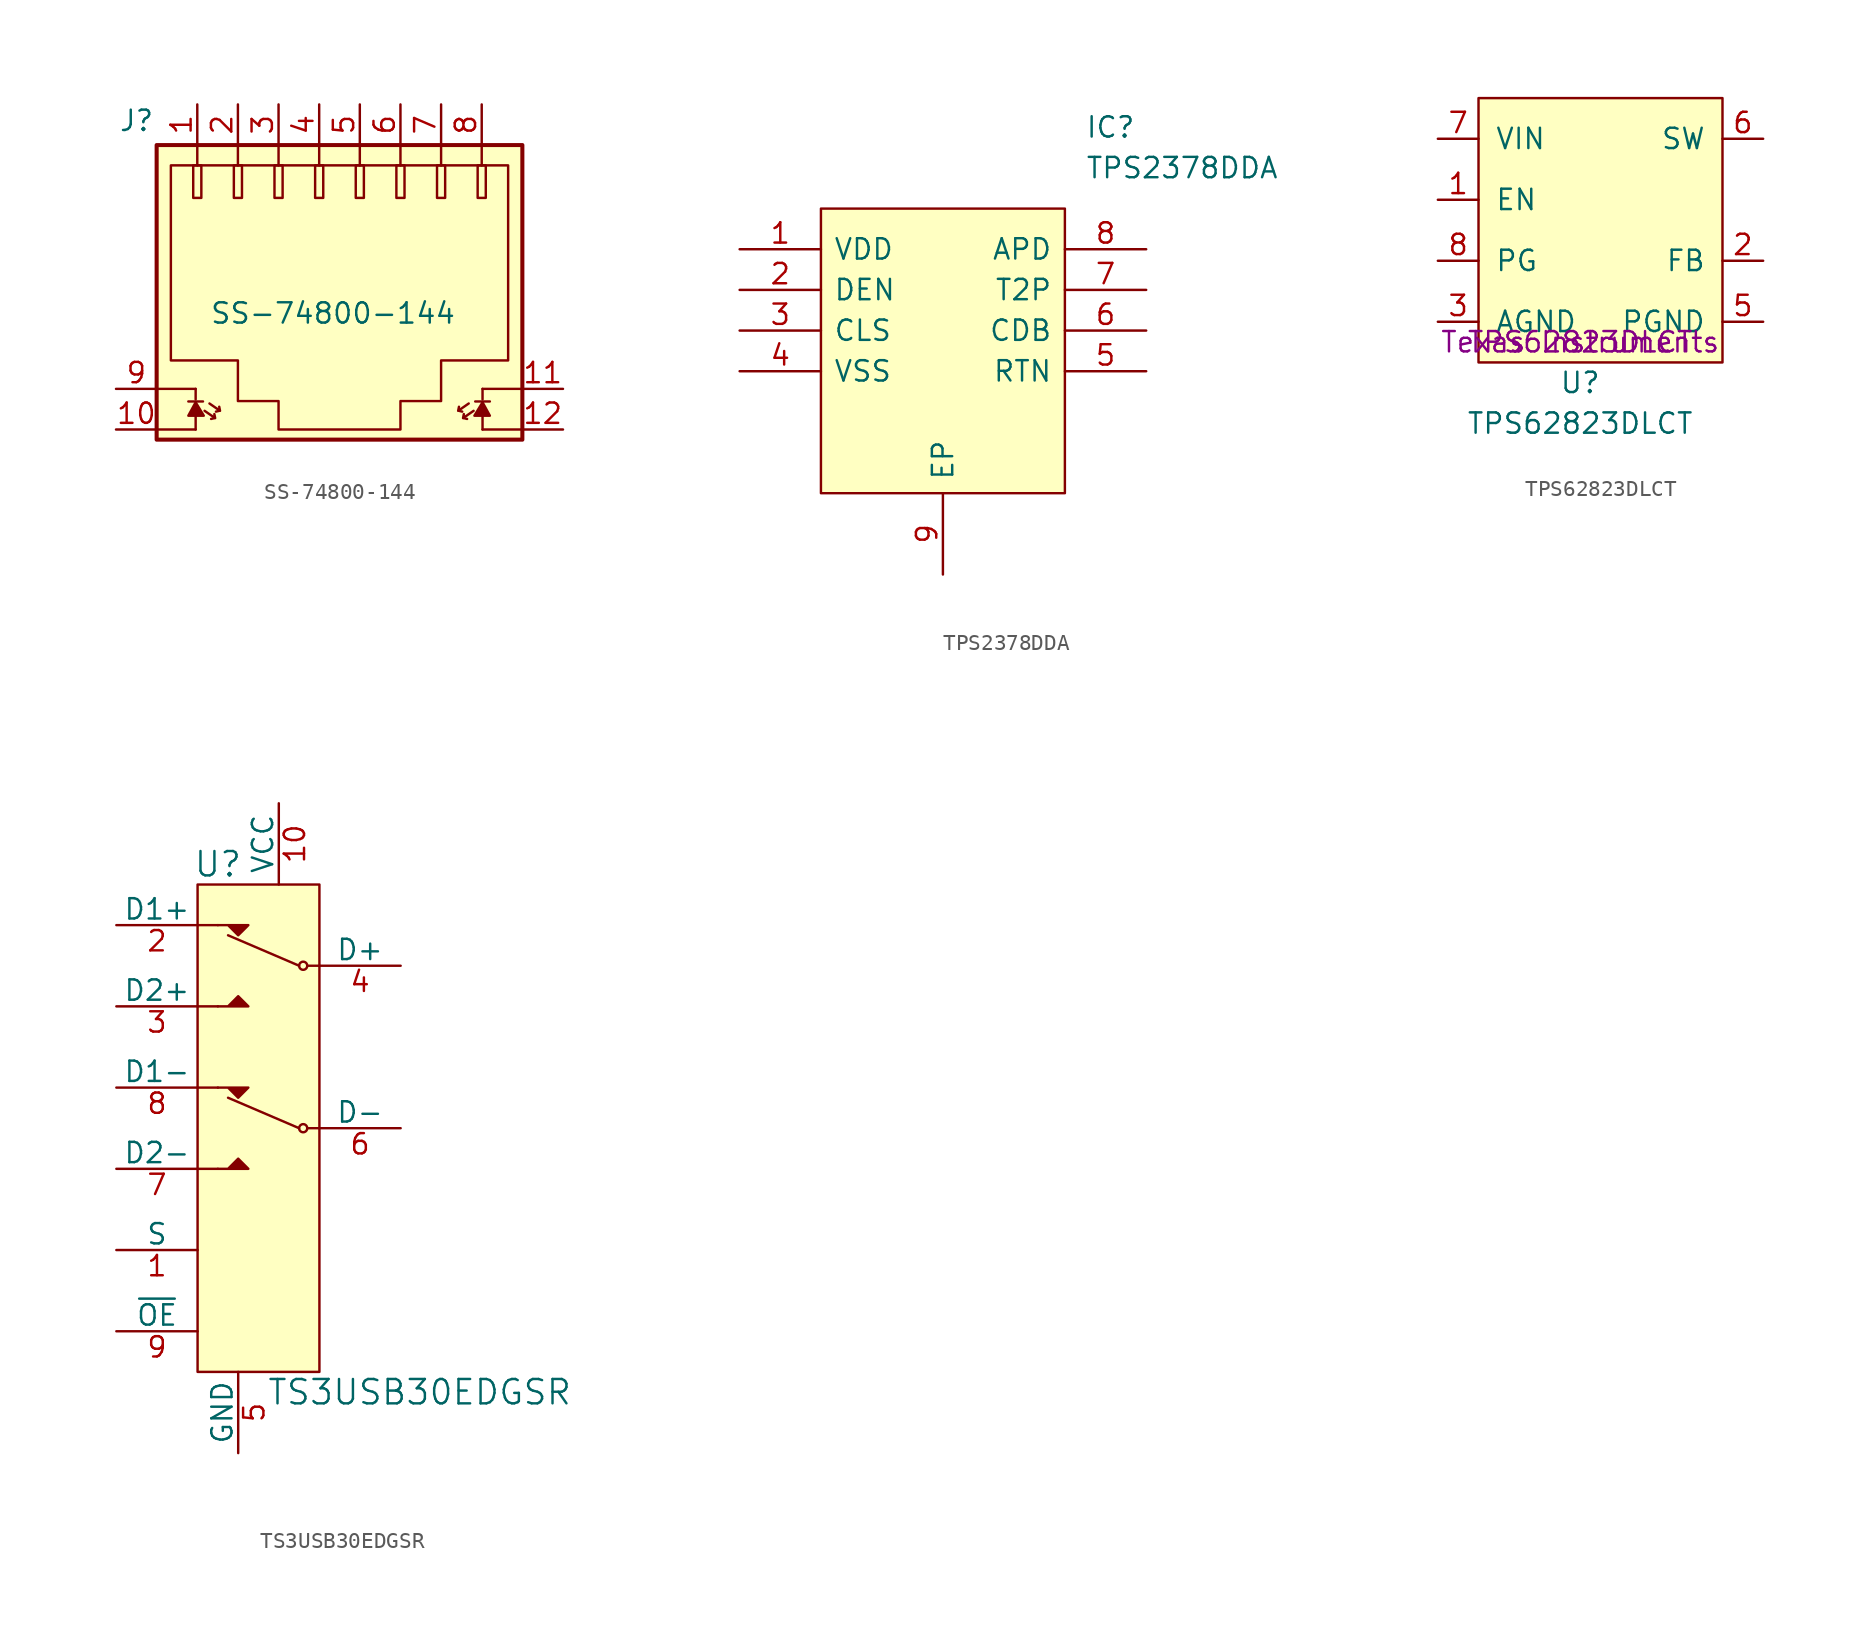
<source format=kicad_sym>
(kicad_symbol_lib
  (version 20211014)
  (generator kicad_symbol_editor)
  (symbol "SS-74800-144"
    (pin_names
      (offset 0.025))
    (property "Reference" "J"
      (at -10.287 9.144 0)
      (effects (font (size 1.27 1.27)) (justify right)))
    (property "Value" "SS-74800-144"
      (at 0.864 -2.896 0)
      (effects (font (size 1.27 1.27))))
    (symbol "SS-74800-144_0_1"
      (rectangle (start -10.16 7.62) (end 12.7 -10.795) (stroke (width 0.254) (type default) (color 0 0 0 0)) (fill (type background)))
      (rectangle (start -7.874 6.35) (end -7.366 4.318) (stroke (width 0) (type default) (color 0 0 0 0)) (fill (type none)))
      (rectangle (start -5.334 6.35) (end -4.826 4.318) (stroke (width 0) (type default) (color 0 0 0 0)) (fill (type none)))
      (rectangle (start -2.794 6.35) (end -2.286 4.318) (stroke (width 0) (type default) (color 0 0 0 0)) (fill (type none)))
      (rectangle (start -0.254 6.35) (end 0.254 4.318) (stroke (width 0) (type default) (color 0 0 0 0)) (fill (type none)))
      (polyline (pts (xy -10.16 -10.16) (xy -7.722 -10.16)) (stroke (width 0) (type default) (color 0 0 0 0)) (fill (type none)))
      (polyline (pts (xy -10.16 -7.62) (xy -7.722 -7.62)) (stroke (width 0) (type default) (color 0 0 0 0)) (fill (type none)))
      (polyline (pts (xy -8.179 -8.407) (xy -7.264 -8.407)) (stroke (width 0) (type default) (color 0 0 0 0)) (fill (type none)))
      (polyline (pts (xy -7.722 -9.22) (xy -7.722 -10.16)) (stroke (width 0) (type default) (color 0 0 0 0)) (fill (type none)))
      (polyline (pts (xy -7.722 -8.28) (xy -7.722 -7.62)) (stroke (width 0) (type default) (color 0 0 0 0)) (fill (type none)))
      (polyline (pts (xy -7.62 7.62) (xy -7.62 6.35)) (stroke (width 0) (type default) (color 0 0 0 0)) (fill (type none)))
      (polyline (pts (xy -6.553 -9.449) (xy -6.756 -9.5)) (stroke (width 0) (type default) (color 0 0 0 0)) (fill (type none)))
      (polyline (pts (xy -6.248 -8.992) (xy -6.452 -9.042)) (stroke (width 0) (type default) (color 0 0 0 0)) (fill (type none)))
      (polyline (pts (xy -5.08 7.62) (xy -5.08 6.35)) (stroke (width 0) (type default) (color 0 0 0 0)) (fill (type none)))
      (polyline (pts (xy -2.54 7.62) (xy -2.54 6.35)) (stroke (width 0) (type default) (color 0 0 0 0)) (fill (type none)))
      (polyline (pts (xy 0 7.62) (xy 0 6.35)) (stroke (width 0) (type default) (color 0 0 0 0)) (fill (type none)))
      (polyline (pts (xy 2.54 7.62) (xy 2.54 6.35)) (stroke (width 0) (type default) (color 0 0 0 0)) (fill (type none)))
      (polyline (pts (xy 5.08 7.62) (xy 5.08 6.35)) (stroke (width 0) (type default) (color 0 0 0 0)) (fill (type none)))
      (polyline (pts (xy 7.62 7.62) (xy 7.62 6.35)) (stroke (width 0) (type default) (color 0 0 0 0)) (fill (type none)))
      (polyline (pts (xy 8.738 -8.992) (xy 8.941 -9.042)) (stroke (width 0) (type default) (color 0 0 0 0)) (fill (type none)))
      (polyline (pts (xy 9.042 -9.449) (xy 9.246 -9.5)) (stroke (width 0) (type default) (color 0 0 0 0)) (fill (type none)))
      (polyline (pts (xy 10.16 7.62) (xy 10.16 6.35)) (stroke (width 0) (type default) (color 0 0 0 0)) (fill (type none)))
      (polyline (pts (xy 10.211 -9.22) (xy 10.211 -10.16)) (stroke (width 0) (type default) (color 0 0 0 0)) (fill (type none)))
      (polyline (pts (xy 10.211 -8.28) (xy 10.211 -7.62)) (stroke (width 0) (type default) (color 0 0 0 0)) (fill (type none)))
      (polyline (pts (xy 10.668 -8.407) (xy 9.754 -8.407)) (stroke (width 0) (type default) (color 0 0 0 0)) (fill (type none)))
      (polyline (pts (xy 12.649 -10.16) (xy 10.211 -10.16)) (stroke (width 0) (type default) (color 0 0 0 0)) (fill (type none)))
      (polyline (pts (xy 12.649 -7.62) (xy 10.211 -7.62)) (stroke (width 0) (type default) (color 0 0 0 0)) (fill (type none)))
      (polyline (pts (xy -7.163 -8.992) (xy -6.502 -9.449) (xy -6.553 -9.195)) (stroke (width 0) (type default) (color 0 0 0 0)) (fill (type none)))
      (polyline (pts (xy -6.858 -8.534) (xy -6.198 -8.992) (xy -6.248 -8.738)) (stroke (width 0) (type default) (color 0 0 0 0)) (fill (type none)))
      (polyline (pts (xy 9.347 -8.534) (xy 8.687 -8.992) (xy 8.738 -8.738)) (stroke (width 0) (type default) (color 0 0 0 0)) (fill (type none)))
      (polyline (pts (xy 9.652 -8.992) (xy 8.992 -9.449) (xy 9.042 -9.195)) (stroke (width 0) (type default) (color 0 0 0 0)) (fill (type none)))
      (polyline (pts (xy -7.214 -9.296) (xy -8.179 -9.296) (xy -7.722 -8.458) (xy -7.214 -9.296)) (stroke (width 0) (type default) (color 0 0 0 0)) (fill (type outline)))
      (polyline (pts (xy 9.703 -9.296) (xy 10.668 -9.296) (xy 10.211 -8.458) (xy 9.703 -9.296)) (stroke (width 0) (type default) (color 0 0 0 0)) (fill (type outline)))
      (polyline (pts (xy -9.271 6.35) (xy 11.811 6.35) (xy 11.811 -5.842) (xy 7.62 -5.842) (xy 7.62 -8.382) (xy 5.08 -8.382) (xy 5.08 -10.16) (xy -2.54 -10.16) (xy -2.54 -8.382) (xy -5.08 -8.382) (xy -5.08 -5.842) (xy -9.271 -5.842) (xy -9.271 6.35)) (stroke (width 0) (type default) (color 0 0 0 0)) (fill (type none)))
      (rectangle (start 2.286 6.35) (end 2.794 4.318) (stroke (width 0) (type default) (color 0 0 0 0)) (fill (type none)))
      (rectangle (start 4.826 6.35) (end 5.334 4.318) (stroke (width 0) (type default) (color 0 0 0 0)) (fill (type none)))
      (rectangle (start 7.366 6.35) (end 7.874 4.318) (stroke (width 0) (type default) (color 0 0 0 0)) (fill (type none)))
      (rectangle (start 9.906 6.35) (end 10.414 4.318) (stroke (width 0) (type default) (color 0 0 0 0)) (fill (type none))))
    (symbol "SS-74800-144_1_1"
      (pin passive line (at -7.62 10.16 270) (length 2.54) (name "~" (effects (font (size 1.27 1.27)))) (number "1" (effects (font (size 1.27 1.27)))))
      (pin passive line (at -12.7 -10.16 0) (length 2.54) (name "~" (effects (font (size 1.27 1.27)))) (number "10" (effects (font (size 1.27 1.27)))))
      (pin passive line (at 15.24 -7.62 180) (length 2.54) (name "~" (effects (font (size 1.27 1.27)))) (number "11" (effects (font (size 1.27 1.27)))))
      (pin passive line (at 15.24 -10.16 180) (length 2.54) (name "~" (effects (font (size 1.27 1.27)))) (number "12" (effects (font (size 1.27 1.27)))))
      (pin passive line (at -5.08 10.16 270) (length 2.54) (name "~" (effects (font (size 1.27 1.27)))) (number "2" (effects (font (size 1.27 1.27)))))
      (pin passive line (at -2.54 10.16 270) (length 2.54) (name "~" (effects (font (size 1.27 1.27)))) (number "3" (effects (font (size 1.27 1.27)))))
      (pin passive line (at 0 10.16 270) (length 2.54) (name "~" (effects (font (size 1.27 1.27)))) (number "4" (effects (font (size 1.27 1.27)))))
      (pin passive line (at 2.54 10.16 270) (length 2.54) (name "~" (effects (font (size 1.27 1.27)))) (number "5" (effects (font (size 1.27 1.27)))))
      (pin passive line (at 5.08 10.16 270) (length 2.54) (name "~" (effects (font (size 1.27 1.27)))) (number "6" (effects (font (size 1.27 1.27)))))
      (pin passive line (at 7.62 10.16 270) (length 2.54) (name "~" (effects (font (size 1.27 1.27)))) (number "7" (effects (font (size 1.27 1.27)))))
      (pin passive line (at 10.16 10.16 270) (length 2.54) (name "~" (effects (font (size 1.27 1.27)))) (number "8" (effects (font (size 1.27 1.27)))))
      (pin passive line (at -12.7 -7.62 0) (length 2.54) (name "~" (effects (font (size 1.27 1.27)))) (number "9" (effects (font (size 1.27 1.27)))))))
  (symbol "TPS2378DDA"
    (pin_names
      (offset 0.762))
    (property "Reference" "IC"
      (at 21.59 7.62 0)
      (effects (font (size 1.27 1.27)) (justify left)))
    (property "Value" "TPS2378DDA"
      (at 21.59 5.08 0)
      (effects (font (size 1.27 1.27)) (justify left)))
    (symbol "TPS2378DDA_0_0"
      (pin power_in line (at 0 0 0) (length 5.08) (name "VDD" (effects (font (size 1.27 1.27)))) (number "1" (effects (font (size 1.27 1.27)))))
      (pin passive line (at 0 -2.54 0) (length 5.08) (name "DEN" (effects (font (size 1.27 1.27)))) (number "2" (effects (font (size 1.27 1.27)))))
      (pin passive line (at 0 -5.08 0) (length 5.08) (name "CLS" (effects (font (size 1.27 1.27)))) (number "3" (effects (font (size 1.27 1.27)))))
      (pin power_in line (at 0 -7.62 0) (length 5.08) (name "VSS" (effects (font (size 1.27 1.27)))) (number "4" (effects (font (size 1.27 1.27)))))
      (pin passive line (at 25.4 -7.62 180) (length 5.08) (name "RTN" (effects (font (size 1.27 1.27)))) (number "5" (effects (font (size 1.27 1.27)))))
      (pin passive line (at 25.4 -5.08 180) (length 5.08) (name "CDB" (effects (font (size 1.27 1.27)))) (number "6" (effects (font (size 1.27 1.27)))))
      (pin passive line (at 25.4 -2.54 180) (length 5.08) (name "T2P" (effects (font (size 1.27 1.27)))) (number "7" (effects (font (size 1.27 1.27)))))
      (pin passive line (at 25.4 0 180) (length 5.08) (name "APD" (effects (font (size 1.27 1.27)))) (number "8" (effects (font (size 1.27 1.27)))))
      (pin power_in line (at 12.7 -20.32 90) (length 5.08) (name "EP" (effects (font (size 1.27 1.27)))) (number "9" (effects (font (size 1.27 1.27))))))
    (symbol "TPS2378DDA_0_1"
      (polyline (pts (xy 5.08 2.54) (xy 20.32 2.54) (xy 20.32 -15.24) (xy 5.08 -15.24) (xy 5.08 2.54)) (stroke (width 0.152) (type default) (color 0 0 0 0)) (fill (type background)))))
  (symbol "TPS62823DLCT"
    (pin_names
      (offset 1.016))
    (property "Reference" "U"
      (at 0 -2.54 0)
      (effects (font (size 1.27 1.27))))
    (property "Value" "TPS62823DLCT"
      (at 0 -5.08 0)
      (effects (font (size 1.27 1.27))))
    (property "MPN" "TPS62823DLCT"
      (at 0 0 0)
      (effects (font (size 1.27 1.27))))
    (property "Manufacturer" "Texas Instruments"
      (at 0 0 0)
      (effects (font (size 1.27 1.27))))
    (symbol "TPS62823DLCT_0_1"
      (rectangle (start -6.35 15.24) (end 8.89 -1.27) (stroke (width 0) (type default) (color 0 0 0 0)) (fill (type background))))
    (symbol "TPS62823DLCT_1_1"
      (pin input line (at -8.89 8.89 0) (length 2.54) (name "EN" (effects (font (size 1.27 1.27)))) (number "1" (effects (font (size 1.27 1.27)))))
      (pin bidirectional line (at 11.43 5.08 180) (length 2.54) (name "FB" (effects (font (size 1.27 1.27)))) (number "2" (effects (font (size 1.27 1.27)))))
      (pin power_in line (at -8.89 1.27 0) (length 2.54) (name "AGND" (effects (font (size 1.27 1.27)))) (number "3" (effects (font (size 1.27 1.27)))))
      (pin power_in line (at 11.43 1.27 180) (length 2.54) (name "PGND" (effects (font (size 1.27 1.27)))) (number "5" (effects (font (size 1.27 1.27)))))
      (pin bidirectional line (at 11.43 12.7 180) (length 2.54) (name "SW" (effects (font (size 1.27 1.27)))) (number "6" (effects (font (size 1.27 1.27)))))
      (pin power_in line (at -8.89 12.7 0) (length 2.54) (name "VIN" (effects (font (size 1.27 1.27)))) (number "7" (effects (font (size 1.27 1.27)))))
      (pin output line (at -8.89 5.08 0) (length 2.54) (name "PG" (effects (font (size 1.27 1.27)))) (number "8" (effects (font (size 1.27 1.27)))))))
  (symbol "TS3USB30EDGSR"
    (pin_names
      (offset 0))
    (property "Reference" "U"
      (at -2.54 16.764 0)
      (effects (font (size 1.524 1.524))))
    (property "Value" "TS3USB30EDGSR"
      (at 0.508 -16.256 0)
      (effects (font (size 1.524 1.524)) (justify left)))
    (symbol "TS3USB30EDGSR_0_1"
      (rectangle (start -3.81 15.494) (end 3.81 -14.986) (stroke (width 0) (type default) (color 0 0 0 0)) (fill (type background)))
      (polyline (pts (xy -3.81 -2.286) (xy -2.54 -2.286)) (stroke (width 0) (type default) (color 0 0 0 0)) (fill (type none)))
      (polyline (pts (xy -3.81 7.874) (xy -2.54 7.874)) (stroke (width 0) (type default) (color 0 0 0 0)) (fill (type none)))
      (polyline (pts (xy -2.54 2.794) (xy -3.81 2.794)) (stroke (width 0) (type default) (color 0 0 0 0)) (fill (type none)))
      (polyline (pts (xy -2.54 12.954) (xy -3.81 12.954)) (stroke (width 0) (type default) (color 0 0 0 0)) (fill (type none)))
      (polyline (pts (xy -1.905 2.159) (xy 2.54 0.254)) (stroke (width 0) (type default) (color 0 0 0 0)) (fill (type none)))
      (polyline (pts (xy -1.905 12.319) (xy 2.54 10.414)) (stroke (width 0) (type default) (color 0 0 0 0)) (fill (type none)))
      (polyline (pts (xy 3.048 0.254) (xy 3.81 0.254)) (stroke (width 0) (type default) (color 0 0 0 0)) (fill (type none)))
      (polyline (pts (xy 3.048 10.414) (xy 3.81 10.414)) (stroke (width 0) (type default) (color 0 0 0 0)) (fill (type none)))
      (polyline (pts (xy -2.54 -2.286) (xy -0.635 -2.286) (xy -1.27 -1.651) (xy -1.905 -2.286)) (stroke (width 0) (type default) (color 0 0 0 0)) (fill (type outline)))
      (polyline (pts (xy -2.54 2.794) (xy -0.635 2.794) (xy -1.27 2.159) (xy -1.905 2.794)) (stroke (width 0) (type default) (color 0 0 0 0)) (fill (type outline)))
      (polyline (pts (xy -2.54 7.874) (xy -0.635 7.874) (xy -1.27 8.509) (xy -1.905 7.874)) (stroke (width 0) (type default) (color 0 0 0 0)) (fill (type outline)))
      (polyline (pts (xy -2.54 12.954) (xy -0.635 12.954) (xy -1.27 12.319) (xy -1.905 12.954)) (stroke (width 0) (type default) (color 0 0 0 0)) (fill (type outline)))
      (circle (center 2.794 0.254) (radius 0.254) (stroke (width 0) (type default) (color 0 0 0 0)) (fill (type none)))
      (circle (center 2.794 10.414) (radius 0.254) (stroke (width 0) (type default) (color 0 0 0 0)) (fill (type none))))
    (symbol "TS3USB30EDGSR_1_1"
      (pin input line (at -8.89 -7.366 0) (length 5.08) (name "S" (effects (font (size 1.27 1.27)))) (number "1" (effects (font (size 1.27 1.27)))))
      (pin power_in line (at 1.27 20.574 270) (length 5.08) (name "VCC" (effects (font (size 1.27 1.27)))) (number "10" (effects (font (size 1.27 1.27)))))
      (pin bidirectional line (at -8.89 12.954 0) (length 5.08) (name "D1+" (effects (font (size 1.27 1.27)))) (number "2" (effects (font (size 1.27 1.27)))))
      (pin bidirectional line (at -8.89 7.874 0) (length 5.08) (name "D2+" (effects (font (size 1.27 1.27)))) (number "3" (effects (font (size 1.27 1.27)))))
      (pin bidirectional line (at 8.89 10.414 180) (length 5.08) (name "D+" (effects (font (size 1.27 1.27)))) (number "4" (effects (font (size 1.27 1.27)))))
      (pin power_in line (at -1.27 -20.066 90) (length 5.08) (name "GND" (effects (font (size 1.27 1.27)))) (number "5" (effects (font (size 1.27 1.27)))))
      (pin bidirectional line (at 8.89 0.254 180) (length 5.08) (name "D-" (effects (font (size 1.27 1.27)))) (number "6" (effects (font (size 1.27 1.27)))))
      (pin bidirectional line (at -8.89 -2.286 0) (length 5.08) (name "D2-" (effects (font (size 1.27 1.27)))) (number "7" (effects (font (size 1.27 1.27)))))
      (pin bidirectional line (at -8.89 2.794 0) (length 5.08) (name "D1-" (effects (font (size 1.27 1.27)))) (number "8" (effects (font (size 1.27 1.27)))))
      (pin input line (at -8.89 -12.446 0) (length 5.08) (name "~{OE}" (effects (font (size 1.27 1.27)))) (number "9" (effects (font (size 1.27 1.27))))))))
</source>
